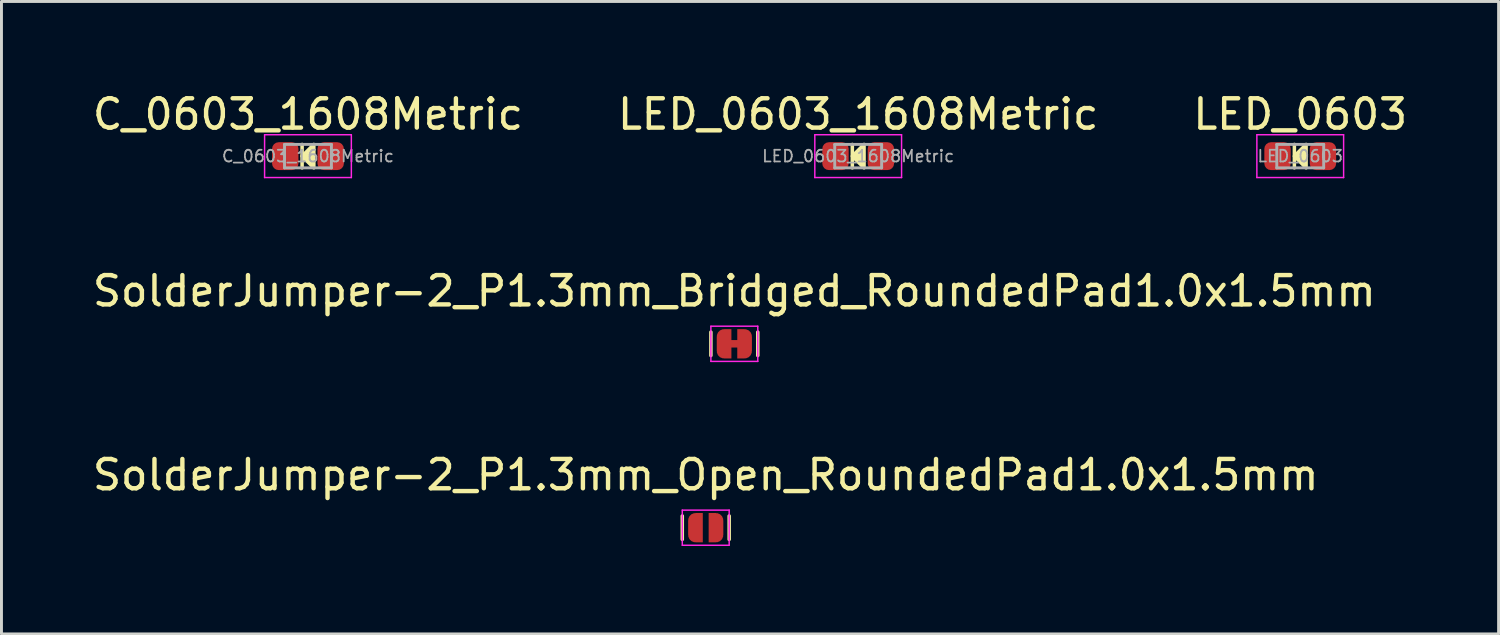
<source format=kicad_pcb>
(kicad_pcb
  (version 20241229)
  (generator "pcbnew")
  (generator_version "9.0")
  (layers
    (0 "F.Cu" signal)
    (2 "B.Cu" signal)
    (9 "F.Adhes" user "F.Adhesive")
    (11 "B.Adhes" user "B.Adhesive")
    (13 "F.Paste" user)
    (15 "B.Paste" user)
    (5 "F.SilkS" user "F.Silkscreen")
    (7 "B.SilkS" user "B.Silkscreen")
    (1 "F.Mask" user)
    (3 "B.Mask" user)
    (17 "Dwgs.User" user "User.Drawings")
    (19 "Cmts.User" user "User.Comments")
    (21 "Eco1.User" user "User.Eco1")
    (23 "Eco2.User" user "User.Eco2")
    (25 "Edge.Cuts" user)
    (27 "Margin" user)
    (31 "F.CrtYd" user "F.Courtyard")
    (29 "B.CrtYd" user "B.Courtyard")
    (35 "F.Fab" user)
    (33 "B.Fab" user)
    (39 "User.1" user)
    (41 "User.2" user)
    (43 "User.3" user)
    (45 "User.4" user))
  (footprint "C_0603_1608Metric"
    (layer "F.Cu")
    (at 7.458 2.278)
    (property "Reference" "C_0603_1608Metric" (at 0 -1.43 0) (layer "F.SilkS") (effects (font (size 1 1) (thickness 0.15))))
    (attr smd)
    (fp_line (start -0.2 0.4) (end -0.2 -0.4) (stroke (width 0.12) (type solid)) (layer "F.SilkS"))
    (fp_poly (pts (xy -0.2 0) (xy 0.2 -0.4) (xy 0.2 0.4)) (stroke (width 0.12) (type solid)) (fill yes) (layer "F.SilkS"))
    (fp_line (start -1.48 -0.73) (end 1.48 -0.73) (stroke (width 0.05) (type solid)) (layer "F.CrtYd"))
    (fp_line (start -1.48 0.73) (end -1.48 -0.73) (stroke (width 0.05) (type solid)) (layer "F.CrtYd"))
    (fp_line (start 1.48 -0.73) (end 1.48 0.73) (stroke (width 0.05) (type solid)) (layer "F.CrtYd"))
    (fp_line (start 1.48 0.73) (end -1.48 0.73) (stroke (width 0.05) (type solid)) (layer "F.CrtYd"))
    (fp_line (start -0.8 -0.4) (end 0.8 -0.4) (stroke (width 0.1) (type solid)) (layer "F.Fab"))
    (fp_line (start -0.8 0.4) (end -0.8 -0.4) (stroke (width 0.1) (type solid)) (layer "F.Fab"))
    (fp_line (start 0.8 -0.4) (end 0.8 0.4) (stroke (width 0.1) (type solid)) (layer "F.Fab"))
    (fp_line (start 0.8 0.4) (end -0.8 0.4) (stroke (width 0.1) (type solid)) (layer "F.Fab"))
    (fp_text user "${REFERENCE}" (at 0 0 0) (layer "F.Fab") (effects (font (size 0.4 0.4) (thickness 0.06))))
    (pad "1" smd roundrect (at -0.775 0) (size 0.9 0.95) (layers "F.Cu" "F.Mask" "F.Paste") (roundrect_rratio 0.25))
    (pad "2" smd roundrect (at 0.775 0) (size 0.9 0.95) (layers "F.Cu" "F.Mask" "F.Paste") (roundrect_rratio 0.25)))
  (footprint "LED_0603"
    (layer "F.Cu")
    (at 41.315 2.278)
    (property "Reference" "LED_0603" (at 0 -1.43 0) (layer "F.SilkS") (effects (font (size 1 1) (thickness 0.15))))
    (attr smd)
    (fp_line (start -0.2 0.4) (end -0.2 -0.4) (stroke (width 0.12) (type solid)) (layer "F.SilkS"))
    (fp_poly (pts (xy -0.2 0) (xy 0.2 -0.4) (xy 0.2 0.4)) (stroke (width 0.12) (type solid)) (fill yes) (layer "F.SilkS"))
    (fp_line (start -1.48 -0.73) (end 1.48 -0.73) (stroke (width 0.05) (type solid)) (layer "F.CrtYd"))
    (fp_line (start -1.48 0.73) (end -1.48 -0.73) (stroke (width 0.05) (type solid)) (layer "F.CrtYd"))
    (fp_line (start 1.48 -0.73) (end 1.48 0.73) (stroke (width 0.05) (type solid)) (layer "F.CrtYd"))
    (fp_line (start 1.48 0.73) (end -1.48 0.73) (stroke (width 0.05) (type solid)) (layer "F.CrtYd"))
    (fp_line (start -0.8 -0.4) (end 0.8 -0.4) (stroke (width 0.1) (type solid)) (layer "F.Fab"))
    (fp_line (start -0.8 0.4) (end -0.8 -0.4) (stroke (width 0.1) (type solid)) (layer "F.Fab"))
    (fp_line (start 0.8 -0.4) (end 0.8 0.4) (stroke (width 0.1) (type solid)) (layer "F.Fab"))
    (fp_line (start 0.8 0.4) (end -0.8 0.4) (stroke (width 0.1) (type solid)) (layer "F.Fab"))
    (fp_text user "${REFERENCE}" (at 0 0 0) (layer "F.Fab") (effects (font (size 0.4 0.4) (thickness 0.06))))
    (pad "1" smd roundrect (at -0.775 0) (size 0.9 0.95) (layers "F.Cu" "F.Mask" "F.Paste") (roundrect_rratio 0.25))
    (pad "2" smd roundrect (at 0.775 0) (size 0.9 0.95) (layers "F.Cu" "F.Mask" "F.Paste") (roundrect_rratio 0.25)))
  (footprint "SolderJumper-2_P1.3mm_Open_RoundedPad1.0x1.5mm"
    (layer "F.Cu")
    (at 21.03 14.955)
    (property "Reference" "SolderJumper-2_P1.3mm_Open_RoundedPad1.0x1.5mm" (at 0 -1.8 0) (layer "F.SilkS") (effects (font (size 1 1) (thickness 0.15))))
    (attr exclude_from_pos_files exclude_from_bom)
    (fp_line (start -0.8 0.4) (end -0.8 -0.4) (stroke (width 0.12) (type solid)) (layer "F.SilkS"))
    (fp_line (start 0.8 -0.4) (end 0.8 0.4) (stroke (width 0.12) (type solid)) (layer "F.SilkS"))
    (fp_line (start -0.8 -0.6) (end -0.8 0.6) (stroke (width 0.05) (type solid)) (layer "F.CrtYd"))
    (fp_line (start -0.8 -0.6) (end 0.8 -0.6) (stroke (width 0.05) (type solid)) (layer "F.CrtYd"))
    (fp_line (start 0.8 0.6) (end -0.8 0.6) (stroke (width 0.05) (type solid)) (layer "F.CrtYd"))
    (fp_line (start 0.8 0.6) (end 0.8 -0.6) (stroke (width 0.05) (type solid)) (layer "F.CrtYd"))
    (pad "1" smd custom (at -0.35 0) (size 0.5 0.5) (layers "F.Cu" "F.Mask") (options (anchor rect)) (primitives (gr_circle (center 0 0.25) (end 0.25 0.25) (width 0) (fill yes)) (gr_circle (center 0 -0.25) (end 0.25 -0.25) (width 0) (fill yes)) (gr_poly (pts (xy 0 -0.5) (xy 0.25 -0.5) (xy 0.25 0.5) (xy 0 0.5)) (width 0) (fill yes))))
    (pad "2" smd custom (at 0.35 0) (size 0.5 0.5) (layers "F.Cu" "F.Mask") (options (anchor rect)) (primitives (gr_circle (center 0 0.25) (end 0.25 0.25) (width 0) (fill yes)) (gr_circle (center 0 -0.25) (end 0.25 -0.25) (width 0) (fill yes)) (gr_poly (pts (xy 0 -0.5) (xy -0.25 -0.5) (xy -0.25 0.5) (xy 0 0.5)) (width 0) (fill yes)))))
  (footprint "SolderJumper-2_P1.3mm_Bridged_RoundedPad1.0x1.5mm"
    (layer "F.Cu")
    (at 22.006 8.681)
    (property "Reference" "SolderJumper-2_P1.3mm_Bridged_RoundedPad1.0x1.5mm" (at 0 -1.8 0) (layer "F.SilkS") (effects (font (size 1 1) (thickness 0.15))))
    (attr exclude_from_pos_files exclude_from_bom)
    (fp_line (start -0.35 0) (end 0.35 0) (stroke (width 0.254) (type default)) (layer "F.Cu"))
    (fp_line (start -0.8 0.4) (end -0.8 -0.4) (stroke (width 0.12) (type solid)) (layer "F.SilkS"))
    (fp_line (start 0.8 -0.4) (end 0.8 0.4) (stroke (width 0.12) (type solid)) (layer "F.SilkS"))
    (fp_line (start -0.8 -0.6) (end -0.8 0.6) (stroke (width 0.05) (type solid)) (layer "F.CrtYd"))
    (fp_line (start -0.8 -0.6) (end 0.8 -0.6) (stroke (width 0.05) (type solid)) (layer "F.CrtYd"))
    (fp_line (start 0.8 0.6) (end -0.8 0.6) (stroke (width 0.05) (type solid)) (layer "F.CrtYd"))
    (fp_line (start 0.8 0.6) (end 0.8 -0.6) (stroke (width 0.05) (type solid)) (layer "F.CrtYd"))
    (pad "1" smd custom (at -0.35 0) (size 0.5 0.5) (layers "F.Cu" "F.Mask") (options (anchor rect)) (primitives (gr_circle (center 0 0.25) (end 0.25 0.25) (width 0) (fill yes)) (gr_circle (center 0 -0.25) (end 0.25 -0.25) (width 0) (fill yes)) (gr_poly (pts (xy 0 -0.5) (xy 0.25 -0.5) (xy 0.25 0.5) (xy 0 0.5)) (width 0) (fill yes))))
    (pad "2" smd custom (at 0.35 0) (size 0.5 0.5) (layers "F.Cu" "F.Mask") (options (anchor rect)) (primitives (gr_circle (center 0 0.25) (end 0.25 0.25) (width 0) (fill yes)) (gr_circle (center 0 -0.25) (end 0.25 -0.25) (width 0) (fill yes)) (gr_poly (pts (xy 0 -0.5) (xy -0.25 -0.5) (xy -0.25 0.5) (xy 0 0.5)) (width 0) (fill yes)))))
  (footprint "LED_0603_1608Metric"
    (layer "F.Cu")
    (at 26.232 2.278)
    (property "Reference" "LED_0603_1608Metric" (at 0 -1.43 0) (layer "F.SilkS") (effects (font (size 1 1) (thickness 0.15))))
    (attr smd)
    (fp_line (start -0.2 0.4) (end -0.2 -0.4) (stroke (width 0.12) (type solid)) (layer "F.SilkS"))
    (fp_poly (pts (xy -0.2 0) (xy 0.2 -0.4) (xy 0.2 0.4)) (stroke (width 0.12) (type solid)) (fill yes) (layer "F.SilkS"))
    (fp_line (start -1.48 -0.73) (end 1.48 -0.73) (stroke (width 0.05) (type solid)) (layer "F.CrtYd"))
    (fp_line (start -1.48 0.73) (end -1.48 -0.73) (stroke (width 0.05) (type solid)) (layer "F.CrtYd"))
    (fp_line (start 1.48 -0.73) (end 1.48 0.73) (stroke (width 0.05) (type solid)) (layer "F.CrtYd"))
    (fp_line (start 1.48 0.73) (end -1.48 0.73) (stroke (width 0.05) (type solid)) (layer "F.CrtYd"))
    (fp_line (start -0.8 -0.4) (end 0.8 -0.4) (stroke (width 0.1) (type solid)) (layer "F.Fab"))
    (fp_line (start -0.8 0.4) (end -0.8 -0.4) (stroke (width 0.1) (type solid)) (layer "F.Fab"))
    (fp_line (start 0.8 -0.4) (end 0.8 0.4) (stroke (width 0.1) (type solid)) (layer "F.Fab"))
    (fp_line (start 0.8 0.4) (end -0.8 0.4) (stroke (width 0.1) (type solid)) (layer "F.Fab"))
    (fp_text user "${REFERENCE}" (at 0 0 0) (layer "F.Fab") (effects (font (size 0.4 0.4) (thickness 0.06))))
    (pad "1" smd roundrect (at -0.775 0) (size 0.9 0.95) (layers "F.Cu" "F.Mask" "F.Paste") (roundrect_rratio 0.25))
    (pad "2" smd roundrect (at 0.775 0) (size 0.9 0.95) (layers "F.Cu" "F.Mask" "F.Paste") (roundrect_rratio 0.25)))
  (gr_rect
    (start -3 -3)
    (end 48.083 18.58)
    (stroke (width 0.1) (type default))
    (fill no)
    (layer "Edge.Cuts")))
</source>
